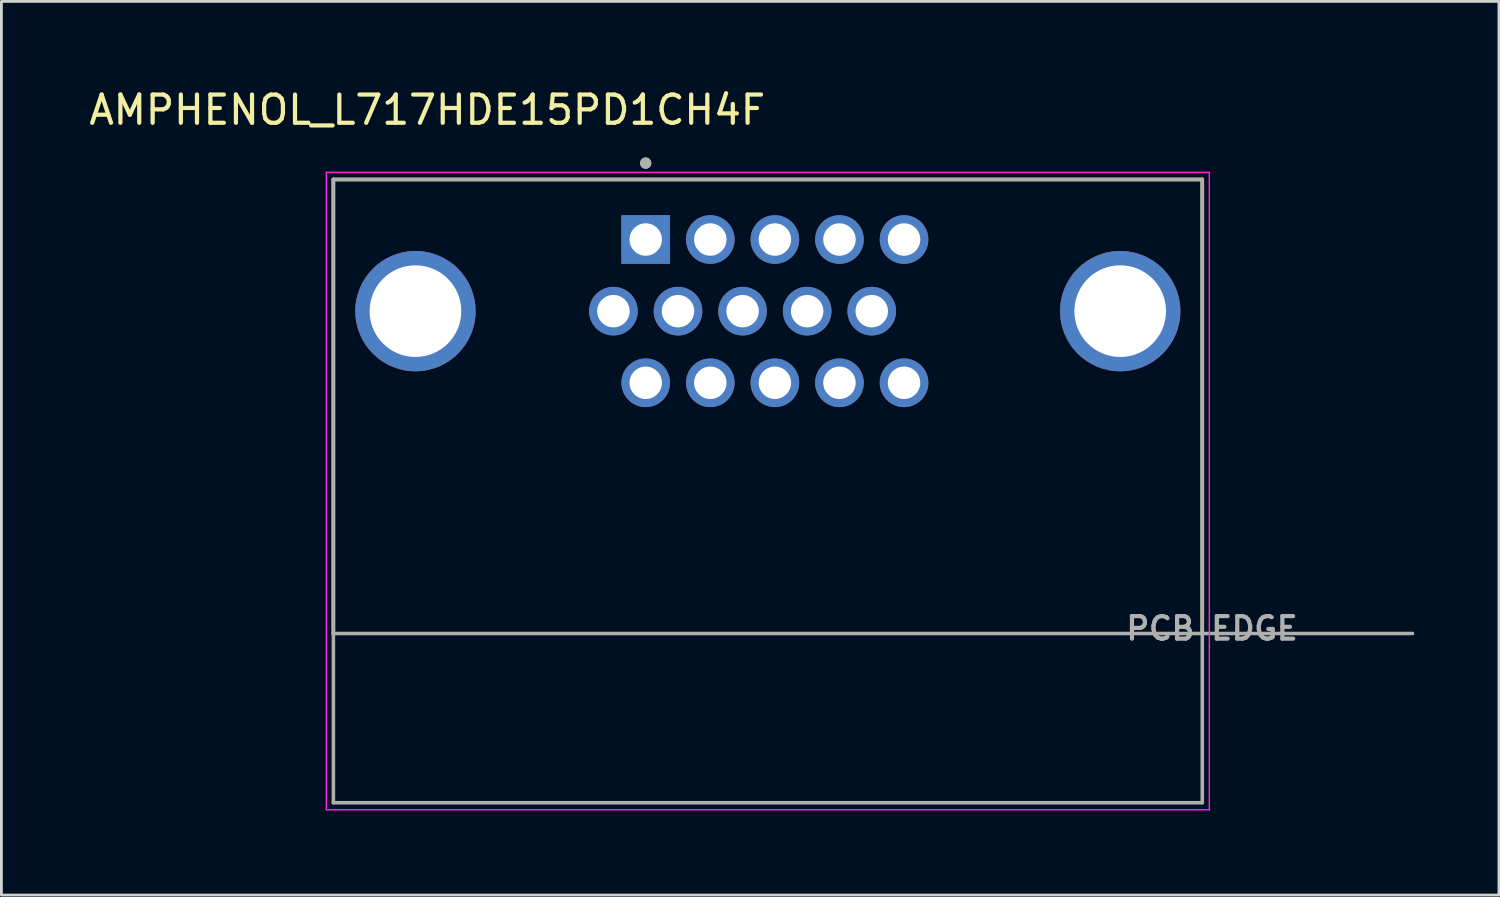
<source format=kicad_pcb>
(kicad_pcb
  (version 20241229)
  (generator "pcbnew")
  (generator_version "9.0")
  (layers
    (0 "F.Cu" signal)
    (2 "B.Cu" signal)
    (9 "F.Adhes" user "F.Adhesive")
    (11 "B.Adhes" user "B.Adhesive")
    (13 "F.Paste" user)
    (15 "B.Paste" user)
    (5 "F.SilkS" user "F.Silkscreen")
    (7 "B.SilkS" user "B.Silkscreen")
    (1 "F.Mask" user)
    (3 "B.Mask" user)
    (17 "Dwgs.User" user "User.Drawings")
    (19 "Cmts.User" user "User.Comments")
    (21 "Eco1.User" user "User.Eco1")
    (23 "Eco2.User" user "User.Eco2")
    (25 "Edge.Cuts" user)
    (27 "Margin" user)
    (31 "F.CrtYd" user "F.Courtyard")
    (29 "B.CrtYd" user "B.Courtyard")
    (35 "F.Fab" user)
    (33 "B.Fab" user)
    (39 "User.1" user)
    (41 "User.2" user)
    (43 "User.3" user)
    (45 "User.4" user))
  (footprint "AMPHENOL_L717HDE15PD1CH4F"
    (layer "F.Cu")
    (at 24.176 7.983)
    (property "Reference" "AMPHENOL_L717HDE15PD1CH4F" (at -12.075 -7.135 0) (layer "F.SilkS") (effects (font (size 1 1) (thickness 0.15))))
    (attr through_hole)
    (fp_line (start -15.405 -4.67) (end 15.405 -4.67) (stroke (width 0.127) (type solid)) (layer "F.SilkS"))
    (fp_line (start -15.405 11.43) (end -15.405 -4.67) (stroke (width 0.127) (type solid)) (layer "F.SilkS"))
    (fp_line (start 15.405 11.43) (end 15.405 -4.67) (stroke (width 0.127) (type solid)) (layer "F.SilkS"))
    (fp_circle (center -4.33 -5.25) (end -4.23 -5.25) (stroke (width 0.2) (type solid)) (fill no) (layer "F.SilkS"))
    (fp_line (start -15.655 -4.92) (end -15.655 17.68) (stroke (width 0.05) (type solid)) (layer "F.CrtYd"))
    (fp_line (start -15.655 17.68) (end 15.655 17.68) (stroke (width 0.05) (type solid)) (layer "F.CrtYd"))
    (fp_line (start 15.655 -4.92) (end -15.655 -4.92) (stroke (width 0.05) (type solid)) (layer "F.CrtYd"))
    (fp_line (start 15.655 17.68) (end 15.655 -4.92) (stroke (width 0.05) (type solid)) (layer "F.CrtYd"))
    (fp_line (start -15.405 -4.67) (end 15.405 -4.67) (stroke (width 0.127) (type solid)) (layer "F.Fab"))
    (fp_line (start -15.405 11.43) (end -15.405 -4.67) (stroke (width 0.127) (type solid)) (layer "F.Fab"))
    (fp_line (start -15.405 11.43) (end 22.86 11.43) (stroke (width 0.127) (type solid)) (layer "F.Fab"))
    (fp_line (start -15.405 17.43) (end -15.405 11.43) (stroke (width 0.127) (type solid)) (layer "F.Fab"))
    (fp_line (start -15.405 17.43) (end 15.405 17.43) (stroke (width 0.127) (type solid)) (layer "F.Fab"))
    (fp_line (start 15.405 17.43) (end 15.405 -4.67) (stroke (width 0.127) (type solid)) (layer "F.Fab"))
    (fp_circle (center -4.33 -5.25) (end -4.23 -5.25) (stroke (width 0.2) (type solid)) (fill no) (layer "F.Fab"))
    (fp_text user "PCB EDGE" (at 15.75 11.25 0) (layer "F.Fab") (effects (font (size 0.8 0.8) (thickness 0.15))))
    (pad "1" thru_hole rect (at -4.33 -2.54) (size 1.725 1.725) (drill 1.15) (layers "*.Cu" "*.Mask"))
    (pad "2" thru_hole circle (at -2.04 -2.54) (size 1.725 1.725) (drill 1.15) (layers "*.Cu" "*.Mask"))
    (pad "3" thru_hole circle (at 0.25 -2.54) (size 1.725 1.725) (drill 1.15) (layers "*.Cu" "*.Mask"))
    (pad "4" thru_hole circle (at 2.54 -2.54) (size 1.725 1.725) (drill 1.15) (layers "*.Cu" "*.Mask"))
    (pad "5" thru_hole circle (at 4.83 -2.54) (size 1.725 1.725) (drill 1.15) (layers "*.Cu" "*.Mask"))
    (pad "6" thru_hole circle (at -5.475 0) (size 1.725 1.725) (drill 1.15) (layers "*.Cu" "*.Mask"))
    (pad "7" thru_hole circle (at -3.185 0) (size 1.725 1.725) (drill 1.15) (layers "*.Cu" "*.Mask"))
    (pad "8" thru_hole circle (at -0.895 0) (size 1.725 1.725) (drill 1.15) (layers "*.Cu" "*.Mask"))
    (pad "9" thru_hole circle (at 1.395 0) (size 1.725 1.725) (drill 1.15) (layers "*.Cu" "*.Mask"))
    (pad "10" thru_hole circle (at 3.685 0) (size 1.725 1.725) (drill 1.15) (layers "*.Cu" "*.Mask"))
    (pad "11" thru_hole circle (at -4.33 2.54) (size 1.725 1.725) (drill 1.15) (layers "*.Cu" "*.Mask"))
    (pad "12" thru_hole circle (at -2.04 2.54) (size 1.725 1.725) (drill 1.15) (layers "*.Cu" "*.Mask"))
    (pad "13" thru_hole circle (at 0.25 2.54) (size 1.725 1.725) (drill 1.15) (layers "*.Cu" "*.Mask"))
    (pad "14" thru_hole circle (at 2.54 2.54) (size 1.725 1.725) (drill 1.15) (layers "*.Cu" "*.Mask"))
    (pad "15" thru_hole circle (at 4.83 2.54) (size 1.725 1.725) (drill 1.15) (layers "*.Cu" "*.Mask"))
    (pad "SH1" thru_hole circle (at -12.495 0) (size 4.266 4.266) (drill 3.25) (layers "*.Cu" "*.Mask"))
    (pad "SH2" thru_hole circle (at 12.495 0) (size 4.266 4.266) (drill 3.25) (layers "*.Cu" "*.Mask")))
  (gr_rect
    (start -3 -3)
    (end 50.1 28.688)
    (stroke (width 0.1) (type default))
    (fill no)
    (layer "Edge.Cuts")))
</source>
